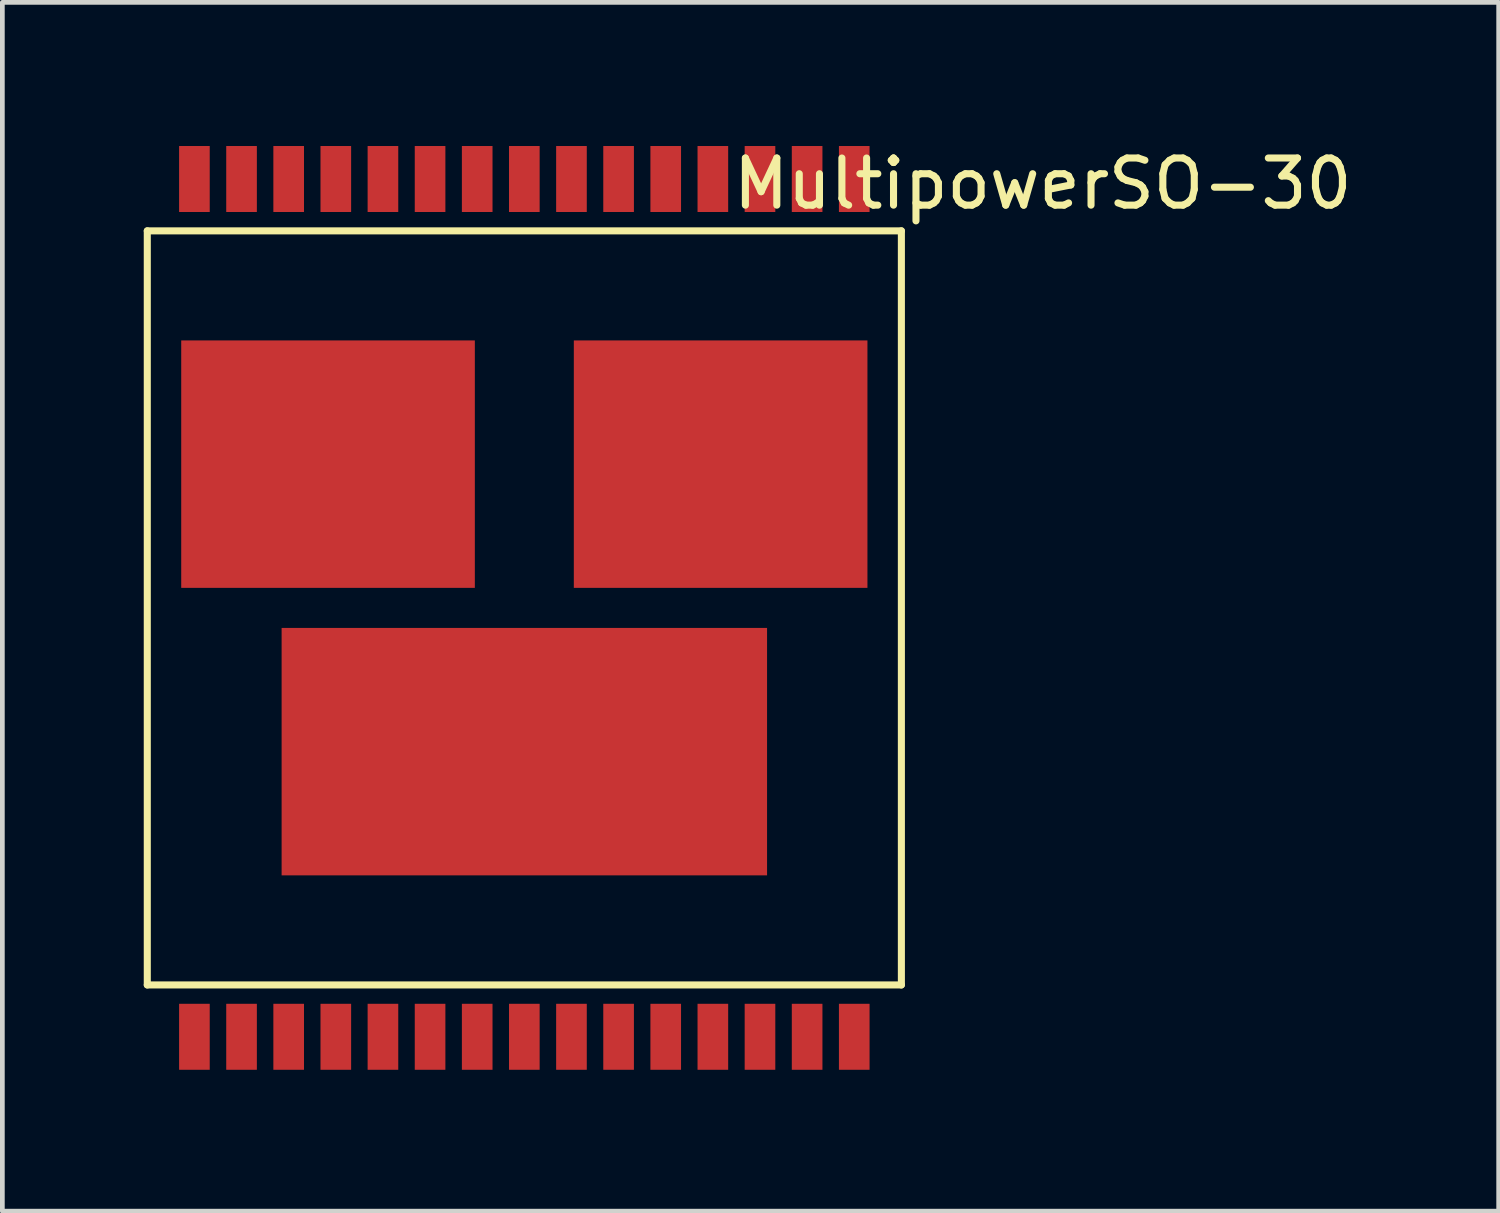
<source format=kicad_pcb>
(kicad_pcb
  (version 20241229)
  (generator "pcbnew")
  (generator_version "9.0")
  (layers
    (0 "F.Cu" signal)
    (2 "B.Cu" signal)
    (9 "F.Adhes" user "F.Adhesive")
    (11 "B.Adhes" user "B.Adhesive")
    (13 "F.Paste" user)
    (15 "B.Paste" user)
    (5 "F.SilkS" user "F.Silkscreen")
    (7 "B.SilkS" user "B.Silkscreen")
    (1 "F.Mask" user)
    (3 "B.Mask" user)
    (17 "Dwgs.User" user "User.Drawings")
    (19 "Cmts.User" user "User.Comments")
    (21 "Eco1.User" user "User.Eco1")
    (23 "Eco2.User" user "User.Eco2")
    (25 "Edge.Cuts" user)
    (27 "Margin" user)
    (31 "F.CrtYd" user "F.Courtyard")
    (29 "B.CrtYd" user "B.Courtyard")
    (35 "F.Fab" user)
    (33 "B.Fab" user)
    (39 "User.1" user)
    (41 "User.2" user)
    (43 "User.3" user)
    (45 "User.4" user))
  (footprint "MultipowerSO-30"
    (layer "F.Cu")
    (at 8.075 9.848)
    (property "Reference" "MultipowerSO-30" (at 11 -9 0) (layer "F.SilkS") (effects (font (size 1 1) (thickness 0.15))))
    (attr through_hole)
    (fp_line (start -8 -8) (end -8 8) (stroke (width 0.15) (type solid)) (layer "F.SilkS"))
    (fp_line (start -8 8) (end 8 8) (stroke (width 0.15) (type solid)) (layer "F.SilkS"))
    (fp_line (start 8 -8) (end -8 -8) (stroke (width 0.15) (type solid)) (layer "F.SilkS"))
    (fp_line (start 8 8) (end 8 -8) (stroke (width 0.15) (type solid)) (layer "F.SilkS"))
    (pad "1" smd rect (at -7 9.1) (size 0.65 1.4) (layers "F.Cu" "F.Mask" "F.Paste"))
    (pad "2" smd rect (at -6 9.1) (size 0.65 1.4) (layers "F.Cu" "F.Mask" "F.Paste"))
    (pad "3" smd rect (at -5 9.1) (size 0.65 1.4) (layers "F.Cu" "F.Mask" "F.Paste"))
    (pad "4" smd rect (at -4 9.1) (size 0.65 1.4) (layers "F.Cu" "F.Mask" "F.Paste"))
    (pad "5" smd rect (at -3 9.1) (size 0.65 1.4) (layers "F.Cu" "F.Mask" "F.Paste"))
    (pad "6" smd rect (at -2 9.1) (size 0.65 1.4) (layers "F.Cu" "F.Mask" "F.Paste"))
    (pad "7" smd rect (at -1 9.1) (size 0.65 1.4) (layers "F.Cu" "F.Mask" "F.Paste"))
    (pad "8" smd rect (at 0 9.1) (size 0.65 1.4) (layers "F.Cu" "F.Mask" "F.Paste"))
    (pad "9" smd rect (at 1 9.1) (size 0.65 1.4) (layers "F.Cu" "F.Mask" "F.Paste"))
    (pad "10" smd rect (at 2 9.1) (size 0.65 1.4) (layers "F.Cu" "F.Mask" "F.Paste"))
    (pad "11" smd rect (at 3 9.1) (size 0.65 1.4) (layers "F.Cu" "F.Mask" "F.Paste"))
    (pad "12" smd rect (at 4 9.1) (size 0.65 1.4) (layers "F.Cu" "F.Mask" "F.Paste"))
    (pad "13" smd rect (at 5 9.1) (size 0.65 1.4) (layers "F.Cu" "F.Mask" "F.Paste"))
    (pad "14" smd rect (at 6 9.1) (size 0.65 1.4) (layers "F.Cu" "F.Mask" "F.Paste"))
    (pad "15" smd rect (at 7 9.1) (size 0.65 1.4) (layers "F.Cu" "F.Mask" "F.Paste"))
    (pad "16" smd rect (at 7 -9.1) (size 0.65 1.4) (layers "F.Cu" "F.Mask" "F.Paste"))
    (pad "17" smd rect (at 6 -9.1) (size 0.65 1.4) (layers "F.Cu" "F.Mask" "F.Paste"))
    (pad "18" smd rect (at 5 -9.1) (size 0.65 1.4) (layers "F.Cu" "F.Mask" "F.Paste"))
    (pad "19" smd rect (at 4 -9.1) (size 0.65 1.4) (layers "F.Cu" "F.Mask" "F.Paste"))
    (pad "20" smd rect (at 3 -9.1) (size 0.65 1.4) (layers "F.Cu" "F.Mask" "F.Paste"))
    (pad "21" smd rect (at 2 -9.1) (size 0.65 1.4) (layers "F.Cu" "F.Mask" "F.Paste"))
    (pad "22" smd rect (at 1 -9.1) (size 0.65 1.4) (layers "F.Cu" "F.Mask" "F.Paste"))
    (pad "23" smd rect (at 0 -9.1) (size 0.65 1.4) (layers "F.Cu" "F.Mask" "F.Paste"))
    (pad "24" smd rect (at -1 -9.1) (size 0.65 1.4) (layers "F.Cu" "F.Mask" "F.Paste"))
    (pad "25" smd rect (at -2 -9.1) (size 0.65 1.4) (layers "F.Cu" "F.Mask" "F.Paste"))
    (pad "26" smd rect (at -3 -9.1) (size 0.65 1.4) (layers "F.Cu" "F.Mask" "F.Paste"))
    (pad "27" smd rect (at -4 -9.1) (size 0.65 1.4) (layers "F.Cu" "F.Mask" "F.Paste"))
    (pad "28" smd rect (at -5 -9.1) (size 0.65 1.4) (layers "F.Cu" "F.Mask" "F.Paste"))
    (pad "29" smd rect (at -6 -9.1) (size 0.65 1.4) (layers "F.Cu" "F.Mask" "F.Paste"))
    (pad "30" smd rect (at -7 -9.1) (size 0.65 1.4) (layers "F.Cu" "F.Mask" "F.Paste"))
    (pad "31" smd rect (at 0 3.05) (size 10.3 5.25) (layers "F.Cu" "F.Mask" "F.Paste"))
    (pad "32" smd rect (at 4.165 -3.05) (size 6.23 5.25) (layers "F.Cu" "F.Mask" "F.Paste"))
    (pad "33" smd rect (at -4.165 -3.05) (size 6.23 5.25) (layers "F.Cu" "F.Mask" "F.Paste")))
  (gr_rect
    (start -3 -3)
    (end 28.748 22.648)
    (stroke (width 0.1) (type default))
    (fill no)
    (layer "Edge.Cuts")))
</source>
